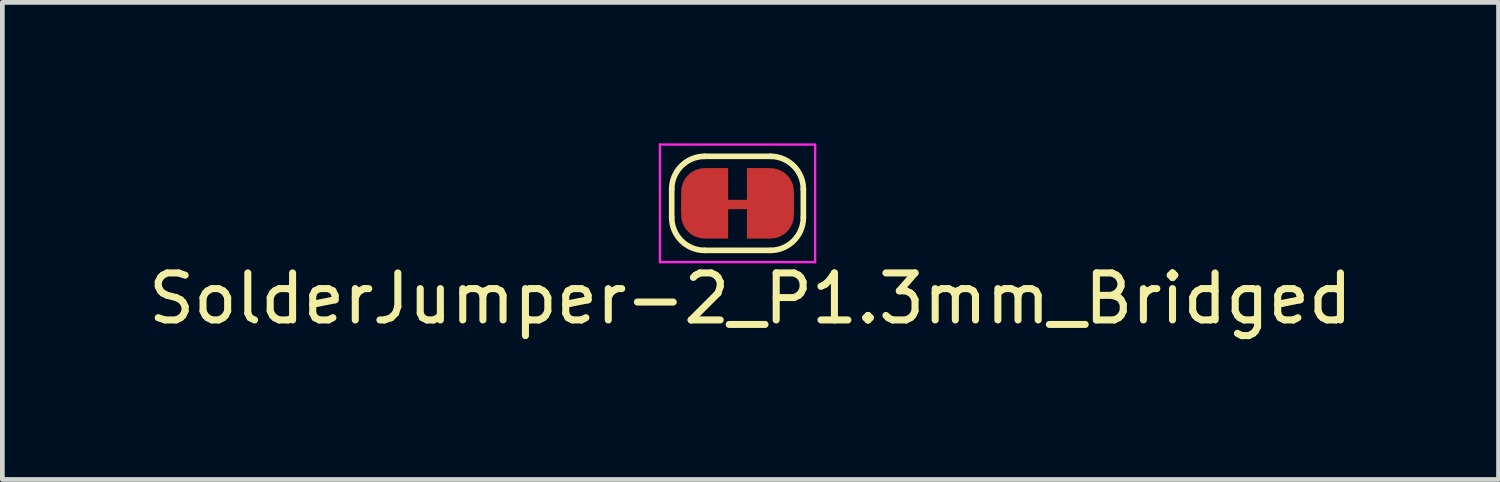
<source format=kicad_pcb>
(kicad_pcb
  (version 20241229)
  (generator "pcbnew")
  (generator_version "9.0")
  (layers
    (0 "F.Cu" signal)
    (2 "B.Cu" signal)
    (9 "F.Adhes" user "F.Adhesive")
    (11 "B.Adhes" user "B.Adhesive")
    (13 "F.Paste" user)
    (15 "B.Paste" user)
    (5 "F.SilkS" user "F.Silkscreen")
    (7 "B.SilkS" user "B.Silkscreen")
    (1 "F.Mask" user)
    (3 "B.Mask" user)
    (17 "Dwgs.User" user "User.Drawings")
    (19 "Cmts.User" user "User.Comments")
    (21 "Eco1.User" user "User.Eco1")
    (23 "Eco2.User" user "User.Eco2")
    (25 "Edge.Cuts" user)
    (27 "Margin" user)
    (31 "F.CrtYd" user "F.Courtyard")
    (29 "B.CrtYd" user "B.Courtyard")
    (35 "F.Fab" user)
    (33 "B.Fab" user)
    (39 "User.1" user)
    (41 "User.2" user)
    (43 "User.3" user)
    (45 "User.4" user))
  (footprint "SolderJumper-2_P1.3mm_Bridged"
    (layer "F.Cu")
    (at 12.636 1.275)
    (property "Reference" "SolderJumper-2_P1.3mm_Bridged" (at 0.275 2.025 0) (layer "F.SilkS") (effects (font (size 1 1) (thickness 0.15))))
    (attr exclude_from_pos_files exclude_from_bom)
    (fp_poly (pts (xy 0.25 -0.075) (xy -0.25 -0.075) (xy -0.25 0.125) (xy 0.25 0.125)) (stroke (width 0) (type solid)) (fill yes) (layer "F.Cu"))
    (fp_line (start -1.4 0.3) (end -1.4 -0.3) (stroke (width 0.12) (type solid)) (layer "F.SilkS"))
    (fp_line (start -0.7 -1) (end 0.7 -1) (stroke (width 0.12) (type solid)) (layer "F.SilkS"))
    (fp_line (start 0.7 1) (end -0.7 1) (stroke (width 0.12) (type solid)) (layer "F.SilkS"))
    (fp_line (start 1.4 -0.3) (end 1.4 0.3) (stroke (width 0.12) (type solid)) (layer "F.SilkS"))
    (fp_arc (start -1.4 -0.3) (mid -1.194975 -0.794975) (end -0.7 -1) (stroke (width 0.12) (type solid)) (layer "F.SilkS"))
    (fp_arc (start -0.7 1) (mid -1.194975 0.794975) (end -1.4 0.3) (stroke (width 0.12) (type solid)) (layer "F.SilkS"))
    (fp_arc (start 0.7 -1) (mid 1.194975 -0.794975) (end 1.4 -0.3) (stroke (width 0.12) (type solid)) (layer "F.SilkS"))
    (fp_arc (start 1.4 0.3) (mid 1.194975 0.794975) (end 0.7 1) (stroke (width 0.12) (type solid)) (layer "F.SilkS"))
    (fp_line (start -1.65 -1.25) (end -1.65 1.25) (stroke (width 0.05) (type solid)) (layer "F.CrtYd"))
    (fp_line (start -1.65 -1.25) (end 1.65 -1.25) (stroke (width 0.05) (type solid)) (layer "F.CrtYd"))
    (fp_line (start 1.65 1.25) (end -1.65 1.25) (stroke (width 0.05) (type solid)) (layer "F.CrtYd"))
    (fp_line (start 1.65 1.25) (end 1.65 -1.25) (stroke (width 0.05) (type solid)) (layer "F.CrtYd"))
    (pad "1" smd custom (at -0.7 0) (size 1 0.45) (layers "F.Cu" "F.Mask") (options (anchor rect)) (primitives (gr_circle (center 0 0.25) (end 0.5 0.25) (width 0) (fill yes)) (gr_circle (center 0 -0.25) (end 0.5 -0.25) (width 0) (fill yes)) (gr_poly (pts (xy 0 -0.75) (xy 0.5 -0.75) (xy 0.5 0.75) (xy 0 0.75)) (width 0) (fill yes))))
    (pad "2" smd custom (at 0.7 0) (size 1 0.45) (layers "F.Cu" "F.Mask") (options (anchor rect)) (primitives (gr_circle (center 0 0.25) (end 0.5 0.25) (width 0) (fill yes)) (gr_circle (center 0 -0.25) (end 0.5 -0.25) (width 0) (fill yes)) (gr_poly (pts (xy 0 -0.75) (xy -0.5 -0.75) (xy -0.5 0.75) (xy 0 0.75)) (width 0) (fill yes)))))
  (gr_rect
    (start -3 -3)
    (end 28.821 7.148)
    (stroke (width 0.1) (type default))
    (fill no)
    (layer "Edge.Cuts")))
</source>
